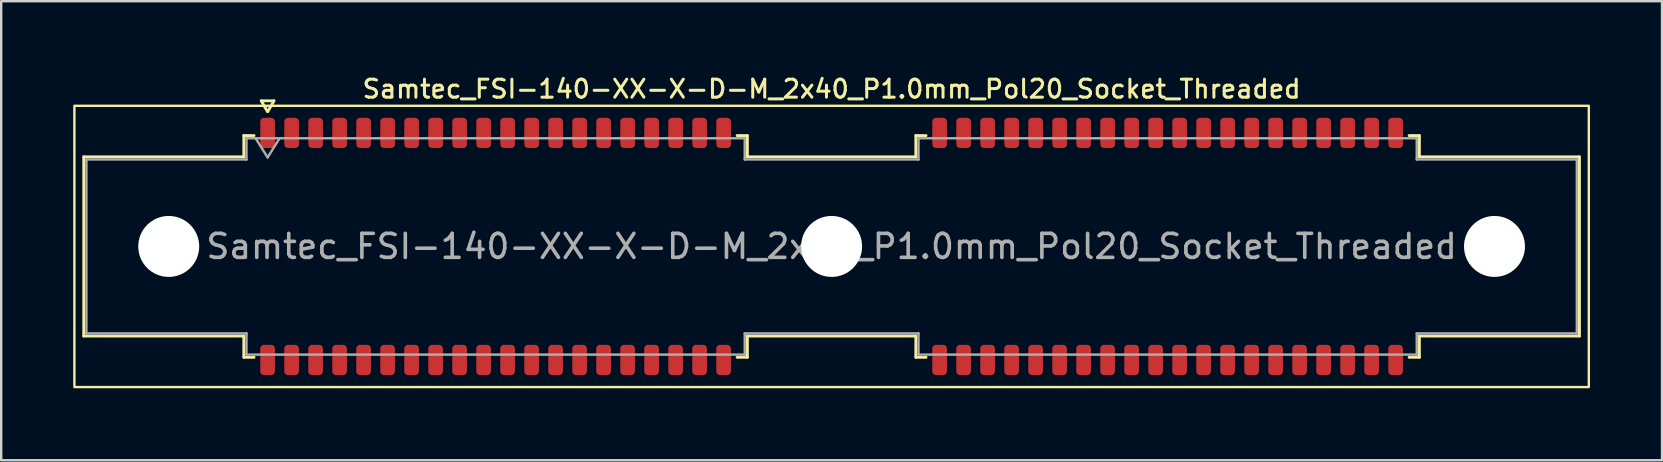
<source format=kicad_pcb>
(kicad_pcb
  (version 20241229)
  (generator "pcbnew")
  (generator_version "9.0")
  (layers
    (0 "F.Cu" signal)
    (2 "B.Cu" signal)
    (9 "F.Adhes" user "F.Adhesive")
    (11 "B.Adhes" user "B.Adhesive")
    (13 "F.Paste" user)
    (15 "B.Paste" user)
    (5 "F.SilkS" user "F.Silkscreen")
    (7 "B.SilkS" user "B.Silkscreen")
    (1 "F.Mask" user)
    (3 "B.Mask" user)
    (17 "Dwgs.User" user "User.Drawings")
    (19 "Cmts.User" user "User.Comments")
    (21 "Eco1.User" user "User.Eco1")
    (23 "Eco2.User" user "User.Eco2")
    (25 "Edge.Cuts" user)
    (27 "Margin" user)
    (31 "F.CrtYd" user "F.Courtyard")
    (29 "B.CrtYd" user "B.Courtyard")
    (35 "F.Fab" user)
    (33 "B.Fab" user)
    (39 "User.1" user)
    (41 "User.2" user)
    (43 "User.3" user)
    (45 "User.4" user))
  (footprint "Samtec_FSI-140-XX-X-D-M_2x40_P1.0mm_Pol20_Socket_Threaded"
    (layer "F.Cu")
    (at 31.6 7.218)
    (property "Reference" "Samtec_FSI-140-XX-X-D-M_2x40_P1.0mm_Pol20_Socket_Threaded" (at 0 -6.56 0) (layer "F.SilkS") (effects (font (size 0.75 0.75) (thickness 0.125))))
    (attr smd)
    (fp_line (start -31.16 -3.733) (end -24.49 -3.733) (stroke (width 0.12) (type solid)) (layer "F.SilkS"))
    (fp_line (start -31.16 3.733) (end -31.16 -3.733) (stroke (width 0.12) (type solid)) (layer "F.SilkS"))
    (fp_line (start -24.49 -4.619) (end -24.065 -4.619) (stroke (width 0.12) (type solid)) (layer "F.SilkS"))
    (fp_line (start -24.49 -3.733) (end -24.49 -4.619) (stroke (width 0.12) (type solid)) (layer "F.SilkS"))
    (fp_line (start -24.49 3.733) (end -31.16 3.733) (stroke (width 0.12) (type solid)) (layer "F.SilkS"))
    (fp_line (start -24.49 4.619) (end -24.49 3.733) (stroke (width 0.12) (type solid)) (layer "F.SilkS"))
    (fp_line (start -24.065 4.619) (end -24.49 4.619) (stroke (width 0.12) (type solid)) (layer "F.SilkS"))
    (fp_line (start -23.764 -6.066) (end -23.507 -5.62) (stroke (width 0.12) (type solid)) (layer "F.SilkS"))
    (fp_line (start -23.493 -5.62) (end -23.236 -6.066) (stroke (width 0.12) (type solid)) (layer "F.SilkS"))
    (fp_line (start -23.236 -6.066) (end -23.764 -6.066) (stroke (width 0.12) (type solid)) (layer "F.SilkS"))
    (fp_line (start -3.935 -4.619) (end -3.51 -4.619) (stroke (width 0.12) (type solid)) (layer "F.SilkS"))
    (fp_line (start -3.51 -4.619) (end -3.51 -3.733) (stroke (width 0.12) (type solid)) (layer "F.SilkS"))
    (fp_line (start -3.51 -3.733) (end 3.51 -3.733) (stroke (width 0.12) (type solid)) (layer "F.SilkS"))
    (fp_line (start -3.51 3.733) (end -3.51 4.619) (stroke (width 0.12) (type solid)) (layer "F.SilkS"))
    (fp_line (start -3.51 4.619) (end -3.935 4.619) (stroke (width 0.12) (type solid)) (layer "F.SilkS"))
    (fp_line (start 3.51 -4.619) (end 3.935 -4.619) (stroke (width 0.12) (type solid)) (layer "F.SilkS"))
    (fp_line (start 3.51 -3.733) (end 3.51 -4.619) (stroke (width 0.12) (type solid)) (layer "F.SilkS"))
    (fp_line (start 3.51 3.733) (end -3.51 3.733) (stroke (width 0.12) (type solid)) (layer "F.SilkS"))
    (fp_line (start 3.51 4.619) (end 3.51 3.733) (stroke (width 0.12) (type solid)) (layer "F.SilkS"))
    (fp_line (start 3.935 4.619) (end 3.51 4.619) (stroke (width 0.12) (type solid)) (layer "F.SilkS"))
    (fp_line (start 24.065 -4.619) (end 24.49 -4.619) (stroke (width 0.12) (type solid)) (layer "F.SilkS"))
    (fp_line (start 24.49 -4.619) (end 24.49 -3.733) (stroke (width 0.12) (type solid)) (layer "F.SilkS"))
    (fp_line (start 24.49 -3.733) (end 31.16 -3.733) (stroke (width 0.12) (type solid)) (layer "F.SilkS"))
    (fp_line (start 24.49 3.733) (end 24.49 4.619) (stroke (width 0.12) (type solid)) (layer "F.SilkS"))
    (fp_line (start 24.49 4.619) (end 24.065 4.619) (stroke (width 0.12) (type solid)) (layer "F.SilkS"))
    (fp_line (start 31.16 -3.733) (end 31.16 3.733) (stroke (width 0.12) (type solid)) (layer "F.SilkS"))
    (fp_line (start 31.16 3.733) (end 24.49 3.733) (stroke (width 0.12) (type solid)) (layer "F.SilkS"))
    (fp_rect (start -31.55 -5.86) (end 31.55 5.86) (stroke (width 0.1) (type solid)) (fill no) (layer "F.SilkS"))
    (fp_line (start -31.05 -3.623) (end -24.38 -3.623) (stroke (width 0.1) (type solid)) (layer "F.Fab"))
    (fp_line (start -31.05 3.623) (end -31.05 -3.623) (stroke (width 0.1) (type solid)) (layer "F.Fab"))
    (fp_line (start -24.38 -4.508) (end -3.62 -4.508) (stroke (width 0.1) (type solid)) (layer "F.Fab"))
    (fp_line (start -24.38 -3.623) (end -24.38 -4.508) (stroke (width 0.1) (type solid)) (layer "F.Fab"))
    (fp_line (start -24.38 3.623) (end -31.05 3.623) (stroke (width 0.1) (type solid)) (layer "F.Fab"))
    (fp_line (start -24.38 4.508) (end -24.38 3.623) (stroke (width 0.1) (type solid)) (layer "F.Fab"))
    (fp_line (start -24 -4.508) (end -23.5 -3.708) (stroke (width 0.1) (type solid)) (layer "F.Fab"))
    (fp_line (start -23.5 -3.708) (end -23 -4.508) (stroke (width 0.1) (type solid)) (layer "F.Fab"))
    (fp_line (start -3.62 -4.508) (end -3.62 -3.623) (stroke (width 0.1) (type solid)) (layer "F.Fab"))
    (fp_line (start -3.62 -3.623) (end 3.62 -3.623) (stroke (width 0.1) (type solid)) (layer "F.Fab"))
    (fp_line (start -3.62 3.623) (end -3.62 4.508) (stroke (width 0.1) (type solid)) (layer "F.Fab"))
    (fp_line (start -3.62 4.508) (end -24.38 4.508) (stroke (width 0.1) (type solid)) (layer "F.Fab"))
    (fp_line (start 3.62 -4.508) (end 24.38 -4.508) (stroke (width 0.1) (type solid)) (layer "F.Fab"))
    (fp_line (start 3.62 -3.623) (end 3.62 -4.508) (stroke (width 0.1) (type solid)) (layer "F.Fab"))
    (fp_line (start 3.62 3.623) (end -3.62 3.623) (stroke (width 0.1) (type solid)) (layer "F.Fab"))
    (fp_line (start 3.62 4.508) (end 3.62 3.623) (stroke (width 0.1) (type solid)) (layer "F.Fab"))
    (fp_line (start 24.38 -4.508) (end 24.38 -3.623) (stroke (width 0.1) (type solid)) (layer "F.Fab"))
    (fp_line (start 24.38 -3.623) (end 31.05 -3.623) (stroke (width 0.1) (type solid)) (layer "F.Fab"))
    (fp_line (start 24.38 3.623) (end 24.38 4.508) (stroke (width 0.1) (type solid)) (layer "F.Fab"))
    (fp_line (start 24.38 4.508) (end 3.62 4.508) (stroke (width 0.1) (type solid)) (layer "F.Fab"))
    (fp_line (start 31.05 -3.623) (end 31.05 3.623) (stroke (width 0.1) (type solid)) (layer "F.Fab"))
    (fp_line (start 31.05 3.623) (end 24.38 3.623) (stroke (width 0.1) (type solid)) (layer "F.Fab"))
    (fp_text user "${REFERENCE}" (at 0 0 0) (layer "F.Fab") (effects (font (size 1 1) (thickness 0.15))))
    (pad "" np_thru_hole circle (at -27.62 0) (size 2.54 2.54) (drill 2.54) (layers "*.Cu" "*.Mask"))
    (pad "" np_thru_hole circle (at 0 0) (size 2.54 2.54) (drill 2.54) (layers "*.Cu" "*.Mask"))
    (pad "" np_thru_hole circle (at 27.62 0) (size 2.54 2.54) (drill 2.54) (layers "*.Cu" "*.Mask"))
    (pad "1" smd roundrect (at -23.5 -4.73) (size 0.61 1.26) (layers "F.Cu" "F.Mask" "F.Paste") (roundrect_rratio 0.25))
    (pad "2" smd roundrect (at -23.5 4.73) (size 0.61 1.26) (layers "F.Cu" "F.Mask" "F.Paste") (roundrect_rratio 0.25))
    (pad "3" smd roundrect (at -22.5 -4.73) (size 0.61 1.26) (layers "F.Cu" "F.Mask" "F.Paste") (roundrect_rratio 0.25))
    (pad "4" smd roundrect (at -22.5 4.73) (size 0.61 1.26) (layers "F.Cu" "F.Mask" "F.Paste") (roundrect_rratio 0.25))
    (pad "5" smd roundrect (at -21.5 -4.73) (size 0.61 1.26) (layers "F.Cu" "F.Mask" "F.Paste") (roundrect_rratio 0.25))
    (pad "6" smd roundrect (at -21.5 4.73) (size 0.61 1.26) (layers "F.Cu" "F.Mask" "F.Paste") (roundrect_rratio 0.25))
    (pad "7" smd roundrect (at -20.5 -4.73) (size 0.61 1.26) (layers "F.Cu" "F.Mask" "F.Paste") (roundrect_rratio 0.25))
    (pad "8" smd roundrect (at -20.5 4.73) (size 0.61 1.26) (layers "F.Cu" "F.Mask" "F.Paste") (roundrect_rratio 0.25))
    (pad "9" smd roundrect (at -19.5 -4.73) (size 0.61 1.26) (layers "F.Cu" "F.Mask" "F.Paste") (roundrect_rratio 0.25))
    (pad "10" smd roundrect (at -19.5 4.73) (size 0.61 1.26) (layers "F.Cu" "F.Mask" "F.Paste") (roundrect_rratio 0.25))
    (pad "11" smd roundrect (at -18.5 -4.73) (size 0.61 1.26) (layers "F.Cu" "F.Mask" "F.Paste") (roundrect_rratio 0.25))
    (pad "12" smd roundrect (at -18.5 4.73) (size 0.61 1.26) (layers "F.Cu" "F.Mask" "F.Paste") (roundrect_rratio 0.25))
    (pad "13" smd roundrect (at -17.5 -4.73) (size 0.61 1.26) (layers "F.Cu" "F.Mask" "F.Paste") (roundrect_rratio 0.25))
    (pad "14" smd roundrect (at -17.5 4.73) (size 0.61 1.26) (layers "F.Cu" "F.Mask" "F.Paste") (roundrect_rratio 0.25))
    (pad "15" smd roundrect (at -16.5 -4.73) (size 0.61 1.26) (layers "F.Cu" "F.Mask" "F.Paste") (roundrect_rratio 0.25))
    (pad "16" smd roundrect (at -16.5 4.73) (size 0.61 1.26) (layers "F.Cu" "F.Mask" "F.Paste") (roundrect_rratio 0.25))
    (pad "17" smd roundrect (at -15.5 -4.73) (size 0.61 1.26) (layers "F.Cu" "F.Mask" "F.Paste") (roundrect_rratio 0.25))
    (pad "18" smd roundrect (at -15.5 4.73) (size 0.61 1.26) (layers "F.Cu" "F.Mask" "F.Paste") (roundrect_rratio 0.25))
    (pad "19" smd roundrect (at -14.5 -4.73) (size 0.61 1.26) (layers "F.Cu" "F.Mask" "F.Paste") (roundrect_rratio 0.25))
    (pad "20" smd roundrect (at -14.5 4.73) (size 0.61 1.26) (layers "F.Cu" "F.Mask" "F.Paste") (roundrect_rratio 0.25))
    (pad "21" smd roundrect (at -13.5 -4.73) (size 0.61 1.26) (layers "F.Cu" "F.Mask" "F.Paste") (roundrect_rratio 0.25))
    (pad "22" smd roundrect (at -13.5 4.73) (size 0.61 1.26) (layers "F.Cu" "F.Mask" "F.Paste") (roundrect_rratio 0.25))
    (pad "23" smd roundrect (at -12.5 -4.73) (size 0.61 1.26) (layers "F.Cu" "F.Mask" "F.Paste") (roundrect_rratio 0.25))
    (pad "24" smd roundrect (at -12.5 4.73) (size 0.61 1.26) (layers "F.Cu" "F.Mask" "F.Paste") (roundrect_rratio 0.25))
    (pad "25" smd roundrect (at -11.5 -4.73) (size 0.61 1.26) (layers "F.Cu" "F.Mask" "F.Paste") (roundrect_rratio 0.25))
    (pad "26" smd roundrect (at -11.5 4.73) (size 0.61 1.26) (layers "F.Cu" "F.Mask" "F.Paste") (roundrect_rratio 0.25))
    (pad "27" smd roundrect (at -10.5 -4.73) (size 0.61 1.26) (layers "F.Cu" "F.Mask" "F.Paste") (roundrect_rratio 0.25))
    (pad "28" smd roundrect (at -10.5 4.73) (size 0.61 1.26) (layers "F.Cu" "F.Mask" "F.Paste") (roundrect_rratio 0.25))
    (pad "29" smd roundrect (at -9.5 -4.73) (size 0.61 1.26) (layers "F.Cu" "F.Mask" "F.Paste") (roundrect_rratio 0.25))
    (pad "30" smd roundrect (at -9.5 4.73) (size 0.61 1.26) (layers "F.Cu" "F.Mask" "F.Paste") (roundrect_rratio 0.25))
    (pad "31" smd roundrect (at -8.5 -4.73) (size 0.61 1.26) (layers "F.Cu" "F.Mask" "F.Paste") (roundrect_rratio 0.25))
    (pad "32" smd roundrect (at -8.5 4.73) (size 0.61 1.26) (layers "F.Cu" "F.Mask" "F.Paste") (roundrect_rratio 0.25))
    (pad "33" smd roundrect (at -7.5 -4.73) (size 0.61 1.26) (layers "F.Cu" "F.Mask" "F.Paste") (roundrect_rratio 0.25))
    (pad "34" smd roundrect (at -7.5 4.73) (size 0.61 1.26) (layers "F.Cu" "F.Mask" "F.Paste") (roundrect_rratio 0.25))
    (pad "35" smd roundrect (at -6.5 -4.73) (size 0.61 1.26) (layers "F.Cu" "F.Mask" "F.Paste") (roundrect_rratio 0.25))
    (pad "36" smd roundrect (at -6.5 4.73) (size 0.61 1.26) (layers "F.Cu" "F.Mask" "F.Paste") (roundrect_rratio 0.25))
    (pad "37" smd roundrect (at -5.5 -4.73) (size 0.61 1.26) (layers "F.Cu" "F.Mask" "F.Paste") (roundrect_rratio 0.25))
    (pad "38" smd roundrect (at -5.5 4.73) (size 0.61 1.26) (layers "F.Cu" "F.Mask" "F.Paste") (roundrect_rratio 0.25))
    (pad "39" smd roundrect (at -4.5 -4.73) (size 0.61 1.26) (layers "F.Cu" "F.Mask" "F.Paste") (roundrect_rratio 0.25))
    (pad "40" smd roundrect (at -4.5 4.73) (size 0.61 1.26) (layers "F.Cu" "F.Mask" "F.Paste") (roundrect_rratio 0.25))
    (pad "41" smd roundrect (at 4.5 -4.73) (size 0.61 1.26) (layers "F.Cu" "F.Mask" "F.Paste") (roundrect_rratio 0.25))
    (pad "42" smd roundrect (at 4.5 4.73) (size 0.61 1.26) (layers "F.Cu" "F.Mask" "F.Paste") (roundrect_rratio 0.25))
    (pad "43" smd roundrect (at 5.5 -4.73) (size 0.61 1.26) (layers "F.Cu" "F.Mask" "F.Paste") (roundrect_rratio 0.25))
    (pad "44" smd roundrect (at 5.5 4.73) (size 0.61 1.26) (layers "F.Cu" "F.Mask" "F.Paste") (roundrect_rratio 0.25))
    (pad "45" smd roundrect (at 6.5 -4.73) (size 0.61 1.26) (layers "F.Cu" "F.Mask" "F.Paste") (roundrect_rratio 0.25))
    (pad "46" smd roundrect (at 6.5 4.73) (size 0.61 1.26) (layers "F.Cu" "F.Mask" "F.Paste") (roundrect_rratio 0.25))
    (pad "47" smd roundrect (at 7.5 -4.73) (size 0.61 1.26) (layers "F.Cu" "F.Mask" "F.Paste") (roundrect_rratio 0.25))
    (pad "48" smd roundrect (at 7.5 4.73) (size 0.61 1.26) (layers "F.Cu" "F.Mask" "F.Paste") (roundrect_rratio 0.25))
    (pad "49" smd roundrect (at 8.5 -4.73) (size 0.61 1.26) (layers "F.Cu" "F.Mask" "F.Paste") (roundrect_rratio 0.25))
    (pad "50" smd roundrect (at 8.5 4.73) (size 0.61 1.26) (layers "F.Cu" "F.Mask" "F.Paste") (roundrect_rratio 0.25))
    (pad "51" smd roundrect (at 9.5 -4.73) (size 0.61 1.26) (layers "F.Cu" "F.Mask" "F.Paste") (roundrect_rratio 0.25))
    (pad "52" smd roundrect (at 9.5 4.73) (size 0.61 1.26) (layers "F.Cu" "F.Mask" "F.Paste") (roundrect_rratio 0.25))
    (pad "53" smd roundrect (at 10.5 -4.73) (size 0.61 1.26) (layers "F.Cu" "F.Mask" "F.Paste") (roundrect_rratio 0.25))
    (pad "54" smd roundrect (at 10.5 4.73) (size 0.61 1.26) (layers "F.Cu" "F.Mask" "F.Paste") (roundrect_rratio 0.25))
    (pad "55" smd roundrect (at 11.5 -4.73) (size 0.61 1.26) (layers "F.Cu" "F.Mask" "F.Paste") (roundrect_rratio 0.25))
    (pad "56" smd roundrect (at 11.5 4.73) (size 0.61 1.26) (layers "F.Cu" "F.Mask" "F.Paste") (roundrect_rratio 0.25))
    (pad "57" smd roundrect (at 12.5 -4.73) (size 0.61 1.26) (layers "F.Cu" "F.Mask" "F.Paste") (roundrect_rratio 0.25))
    (pad "58" smd roundrect (at 12.5 4.73) (size 0.61 1.26) (layers "F.Cu" "F.Mask" "F.Paste") (roundrect_rratio 0.25))
    (pad "59" smd roundrect (at 13.5 -4.73) (size 0.61 1.26) (layers "F.Cu" "F.Mask" "F.Paste") (roundrect_rratio 0.25))
    (pad "60" smd roundrect (at 13.5 4.73) (size 0.61 1.26) (layers "F.Cu" "F.Mask" "F.Paste") (roundrect_rratio 0.25))
    (pad "61" smd roundrect (at 14.5 -4.73) (size 0.61 1.26) (layers "F.Cu" "F.Mask" "F.Paste") (roundrect_rratio 0.25))
    (pad "62" smd roundrect (at 14.5 4.73) (size 0.61 1.26) (layers "F.Cu" "F.Mask" "F.Paste") (roundrect_rratio 0.25))
    (pad "63" smd roundrect (at 15.5 -4.73) (size 0.61 1.26) (layers "F.Cu" "F.Mask" "F.Paste") (roundrect_rratio 0.25))
    (pad "64" smd roundrect (at 15.5 4.73) (size 0.61 1.26) (layers "F.Cu" "F.Mask" "F.Paste") (roundrect_rratio 0.25))
    (pad "65" smd roundrect (at 16.5 -4.73) (size 0.61 1.26) (layers "F.Cu" "F.Mask" "F.Paste") (roundrect_rratio 0.25))
    (pad "66" smd roundrect (at 16.5 4.73) (size 0.61 1.26) (layers "F.Cu" "F.Mask" "F.Paste") (roundrect_rratio 0.25))
    (pad "67" smd roundrect (at 17.5 -4.73) (size 0.61 1.26) (layers "F.Cu" "F.Mask" "F.Paste") (roundrect_rratio 0.25))
    (pad "68" smd roundrect (at 17.5 4.73) (size 0.61 1.26) (layers "F.Cu" "F.Mask" "F.Paste") (roundrect_rratio 0.25))
    (pad "69" smd roundrect (at 18.5 -4.73) (size 0.61 1.26) (layers "F.Cu" "F.Mask" "F.Paste") (roundrect_rratio 0.25))
    (pad "70" smd roundrect (at 18.5 4.73) (size 0.61 1.26) (layers "F.Cu" "F.Mask" "F.Paste") (roundrect_rratio 0.25))
    (pad "71" smd roundrect (at 19.5 -4.73) (size 0.61 1.26) (layers "F.Cu" "F.Mask" "F.Paste") (roundrect_rratio 0.25))
    (pad "72" smd roundrect (at 19.5 4.73) (size 0.61 1.26) (layers "F.Cu" "F.Mask" "F.Paste") (roundrect_rratio 0.25))
    (pad "73" smd roundrect (at 20.5 -4.73) (size 0.61 1.26) (layers "F.Cu" "F.Mask" "F.Paste") (roundrect_rratio 0.25))
    (pad "74" smd roundrect (at 20.5 4.73) (size 0.61 1.26) (layers "F.Cu" "F.Mask" "F.Paste") (roundrect_rratio 0.25))
    (pad "75" smd roundrect (at 21.5 -4.73) (size 0.61 1.26) (layers "F.Cu" "F.Mask" "F.Paste") (roundrect_rratio 0.25))
    (pad "76" smd roundrect (at 21.5 4.73) (size 0.61 1.26) (layers "F.Cu" "F.Mask" "F.Paste") (roundrect_rratio 0.25))
    (pad "77" smd roundrect (at 22.5 -4.73) (size 0.61 1.26) (layers "F.Cu" "F.Mask" "F.Paste") (roundrect_rratio 0.25))
    (pad "78" smd roundrect (at 22.5 4.73) (size 0.61 1.26) (layers "F.Cu" "F.Mask" "F.Paste") (roundrect_rratio 0.25))
    (pad "79" smd roundrect (at 23.5 -4.73) (size 0.61 1.26) (layers "F.Cu" "F.Mask" "F.Paste") (roundrect_rratio 0.25))
    (pad "80" smd roundrect (at 23.5 4.73) (size 0.61 1.26) (layers "F.Cu" "F.Mask" "F.Paste") (roundrect_rratio 0.25)))
  (gr_rect
    (start -3 -3)
    (end 66.2 16.128)
    (stroke (width 0.1) (type default))
    (fill no)
    (layer "Edge.Cuts")))
</source>
